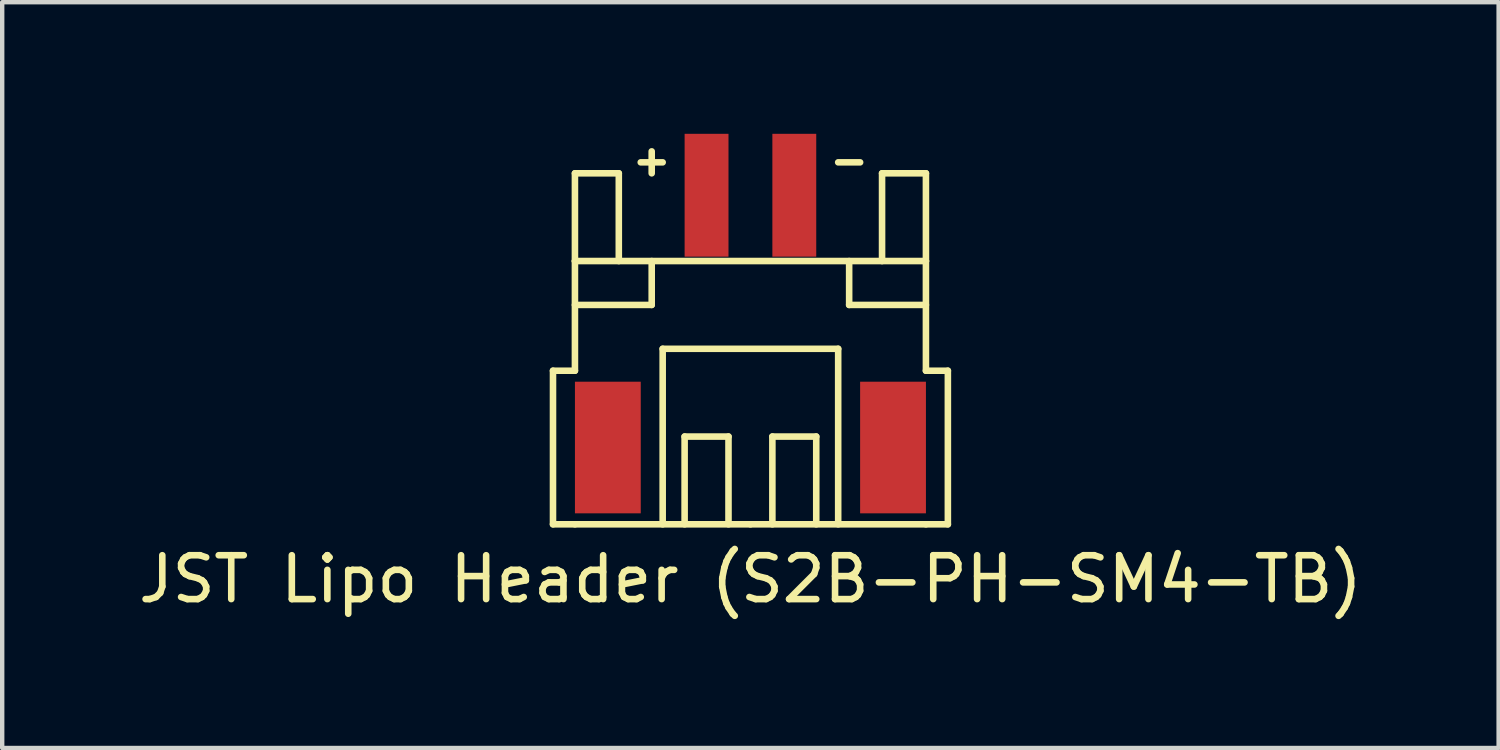
<source format=kicad_pcb>
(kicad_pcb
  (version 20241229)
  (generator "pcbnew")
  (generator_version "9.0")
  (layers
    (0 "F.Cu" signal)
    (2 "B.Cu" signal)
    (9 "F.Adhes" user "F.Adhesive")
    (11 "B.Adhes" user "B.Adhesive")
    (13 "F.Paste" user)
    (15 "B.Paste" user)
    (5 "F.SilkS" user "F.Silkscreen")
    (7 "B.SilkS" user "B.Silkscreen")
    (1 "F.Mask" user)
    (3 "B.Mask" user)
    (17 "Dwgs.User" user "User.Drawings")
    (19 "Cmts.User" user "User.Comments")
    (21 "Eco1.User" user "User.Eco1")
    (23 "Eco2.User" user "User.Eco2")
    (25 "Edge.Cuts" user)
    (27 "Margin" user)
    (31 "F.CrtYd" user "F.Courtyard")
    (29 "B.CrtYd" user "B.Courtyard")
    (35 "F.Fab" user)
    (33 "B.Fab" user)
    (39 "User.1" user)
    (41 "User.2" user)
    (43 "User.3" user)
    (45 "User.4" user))
  (footprint "JST Lipo Header (S2B-PH-SM4-TB)"
    (layer "F.Cu")
    (at 14.054 5.9)
    (property "Reference" "JST Lipo Header (S2B-PH-SM4-TB)" (at 0 4.25 0) (layer "F.SilkS") (effects (font (size 1 1) (thickness 0.15))))
    (attr through_hole)
    (fp_line (start -4.5 -0.5) (end -4.5 3) (stroke (width 0.15) (type solid)) (layer "F.SilkS"))
    (fp_line (start -4.5 3) (end -4 3) (stroke (width 0.15) (type solid)) (layer "F.SilkS"))
    (fp_line (start -4 -5) (end -4 -3) (stroke (width 0.15) (type solid)) (layer "F.SilkS"))
    (fp_line (start -4 -3) (end -4 -0.5) (stroke (width 0.15) (type solid)) (layer "F.SilkS"))
    (fp_line (start -4 -3) (end 4 -3) (stroke (width 0.15) (type solid)) (layer "F.SilkS"))
    (fp_line (start -4 -0.5) (end -4.5 -0.5) (stroke (width 0.15) (type solid)) (layer "F.SilkS"))
    (fp_line (start -3 -5) (end -4 -5) (stroke (width 0.15) (type solid)) (layer "F.SilkS"))
    (fp_line (start -3 -5) (end -3 -3) (stroke (width 0.15) (type solid)) (layer "F.SilkS"))
    (fp_line (start -2.5 -5.25) (end -2 -5.25) (stroke (width 0.15) (type solid)) (layer "F.SilkS"))
    (fp_line (start -2.25 -5.5) (end -2.25 -5) (stroke (width 0.15) (type solid)) (layer "F.SilkS"))
    (fp_line (start -2.25 -3) (end -2.25 -2) (stroke (width 0.15) (type solid)) (layer "F.SilkS"))
    (fp_line (start -2.25 -2) (end -4 -2) (stroke (width 0.15) (type solid)) (layer "F.SilkS"))
    (fp_line (start -2 -1) (end 2 -1) (stroke (width 0.15) (type solid)) (layer "F.SilkS"))
    (fp_line (start -2 3) (end -2 -1) (stroke (width 0.15) (type solid)) (layer "F.SilkS"))
    (fp_line (start -1.5 1) (end -0.5 1) (stroke (width 0.15) (type solid)) (layer "F.SilkS"))
    (fp_line (start -1.5 3) (end -1.5 1) (stroke (width 0.15) (type solid)) (layer "F.SilkS"))
    (fp_line (start -0.5 1) (end -0.5 3) (stroke (width 0.15) (type solid)) (layer "F.SilkS"))
    (fp_line (start 0 3) (end -4 3) (stroke (width 0.15) (type solid)) (layer "F.SilkS"))
    (fp_line (start 0 3) (end 4 3) (stroke (width 0.15) (type solid)) (layer "F.SilkS"))
    (fp_line (start 0.5 1) (end 1.5 1) (stroke (width 0.15) (type solid)) (layer "F.SilkS"))
    (fp_line (start 0.5 3) (end 0.5 1) (stroke (width 0.15) (type solid)) (layer "F.SilkS"))
    (fp_line (start 1.5 1) (end 1.5 3) (stroke (width 0.15) (type solid)) (layer "F.SilkS"))
    (fp_line (start 2 -5.25) (end 2.5 -5.25) (stroke (width 0.15) (type solid)) (layer "F.SilkS"))
    (fp_line (start 2 -1) (end 2 3) (stroke (width 0.15) (type solid)) (layer "F.SilkS"))
    (fp_line (start 2.25 -3) (end 2.25 -2) (stroke (width 0.15) (type solid)) (layer "F.SilkS"))
    (fp_line (start 2.25 -2) (end 4 -2) (stroke (width 0.15) (type solid)) (layer "F.SilkS"))
    (fp_line (start 3 -5) (end 3 -3) (stroke (width 0.15) (type solid)) (layer "F.SilkS"))
    (fp_line (start 4 -5) (end 3 -5) (stroke (width 0.15) (type solid)) (layer "F.SilkS"))
    (fp_line (start 4 -3) (end 4 -5) (stroke (width 0.15) (type solid)) (layer "F.SilkS"))
    (fp_line (start 4 -3) (end 4 -0.5) (stroke (width 0.15) (type solid)) (layer "F.SilkS"))
    (fp_line (start 4 -0.5) (end 4.5 -0.5) (stroke (width 0.15) (type solid)) (layer "F.SilkS"))
    (fp_line (start 4.5 -0.5) (end 4.5 3) (stroke (width 0.15) (type solid)) (layer "F.SilkS"))
    (fp_line (start 4.5 3) (end 4 3) (stroke (width 0.15) (type solid)) (layer "F.SilkS"))
    (pad "" connect rect (at -3.25 1.25) (size 1.5 3) (layers "F.Cu" "F.Mask"))
    (pad "" connect rect (at 3.25 1.25) (size 1.5 3) (layers "F.Cu" "F.Mask"))
    (pad "1" smd rect (at -1 -4.5) (size 1 2.8) (layers "F.Cu" "F.Mask" "F.Paste"))
    (pad "2" smd rect (at 1 -4.5) (size 1 2.8) (layers "F.Cu" "F.Mask" "F.Paste")))
  (gr_rect
    (start -3 -3)
    (end 31.107 13.998)
    (stroke (width 0.1) (type default))
    (fill no)
    (layer "Edge.Cuts")))
</source>
